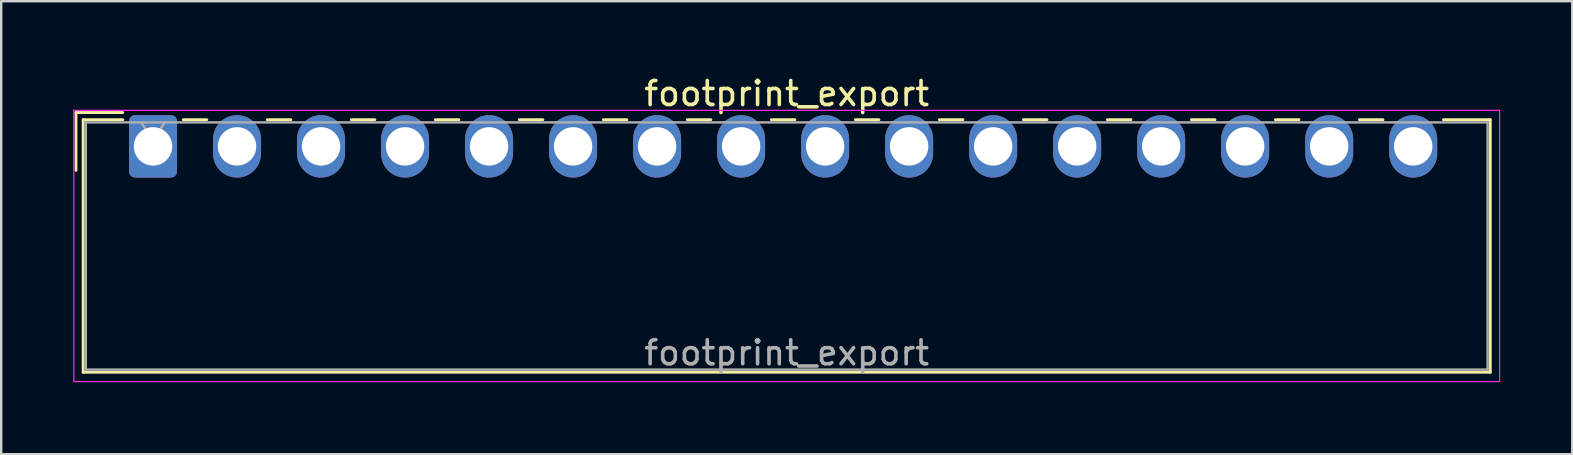
<source format=kicad_pcb>
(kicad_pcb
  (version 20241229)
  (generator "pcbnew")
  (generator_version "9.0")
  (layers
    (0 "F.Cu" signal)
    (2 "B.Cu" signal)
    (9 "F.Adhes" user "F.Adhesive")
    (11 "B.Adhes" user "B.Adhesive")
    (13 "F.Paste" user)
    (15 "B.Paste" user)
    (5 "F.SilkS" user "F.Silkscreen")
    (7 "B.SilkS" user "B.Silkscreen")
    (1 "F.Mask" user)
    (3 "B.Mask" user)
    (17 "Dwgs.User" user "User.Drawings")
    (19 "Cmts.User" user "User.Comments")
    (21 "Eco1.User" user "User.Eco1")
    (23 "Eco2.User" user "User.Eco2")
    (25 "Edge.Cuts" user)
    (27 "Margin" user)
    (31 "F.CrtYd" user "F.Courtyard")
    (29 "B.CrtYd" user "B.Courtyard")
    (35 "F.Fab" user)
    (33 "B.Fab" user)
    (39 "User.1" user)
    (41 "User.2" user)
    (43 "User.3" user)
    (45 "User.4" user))
  (footprint "footprint_export"
    (layer "F.Cu")
    (at 3.325 3.048)
    (property "Reference" "footprint_export" (at 26.4 -2.2 0) (layer "F.SilkS") (effects (font (size 1 1) (thickness 0.15))))
    (attr through_hole)
    (fp_line (start -3.21 -1.41) (end -1.26 -1.41) (stroke (width 0.12) (type solid)) (layer "F.SilkS"))
    (fp_line (start -3.21 1) (end -3.21 -1.41) (stroke (width 0.12) (type solid)) (layer "F.SilkS"))
    (fp_line (start -2.91 -1.11) (end -2.91 9.41) (stroke (width 0.12) (type solid)) (layer "F.SilkS"))
    (fp_line (start -2.91 9.41) (end 55.71 9.41) (stroke (width 0.12) (type solid)) (layer "F.SilkS"))
    (fp_line (start -1.26 -1.11) (end -2.91 -1.11) (stroke (width 0.12) (type solid)) (layer "F.SilkS"))
    (fp_line (start 1.26 -1.11) (end 2.24 -1.11) (stroke (width 0.12) (type solid)) (layer "F.SilkS"))
    (fp_line (start 4.76 -1.11) (end 5.74 -1.11) (stroke (width 0.12) (type solid)) (layer "F.SilkS"))
    (fp_line (start 8.26 -1.11) (end 9.24 -1.11) (stroke (width 0.12) (type solid)) (layer "F.SilkS"))
    (fp_line (start 11.76 -1.11) (end 12.74 -1.11) (stroke (width 0.12) (type solid)) (layer "F.SilkS"))
    (fp_line (start 15.26 -1.11) (end 16.24 -1.11) (stroke (width 0.12) (type solid)) (layer "F.SilkS"))
    (fp_line (start 18.76 -1.11) (end 19.74 -1.11) (stroke (width 0.12) (type solid)) (layer "F.SilkS"))
    (fp_line (start 22.26 -1.11) (end 23.24 -1.11) (stroke (width 0.12) (type solid)) (layer "F.SilkS"))
    (fp_line (start 25.76 -1.11) (end 26.74 -1.11) (stroke (width 0.12) (type solid)) (layer "F.SilkS"))
    (fp_line (start 29.26 -1.11) (end 30.24 -1.11) (stroke (width 0.12) (type solid)) (layer "F.SilkS"))
    (fp_line (start 32.76 -1.11) (end 33.74 -1.11) (stroke (width 0.12) (type solid)) (layer "F.SilkS"))
    (fp_line (start 36.26 -1.11) (end 37.24 -1.11) (stroke (width 0.12) (type solid)) (layer "F.SilkS"))
    (fp_line (start 39.76 -1.11) (end 40.74 -1.11) (stroke (width 0.12) (type solid)) (layer "F.SilkS"))
    (fp_line (start 43.26 -1.11) (end 44.24 -1.11) (stroke (width 0.12) (type solid)) (layer "F.SilkS"))
    (fp_line (start 46.76 -1.11) (end 47.74 -1.11) (stroke (width 0.12) (type solid)) (layer "F.SilkS"))
    (fp_line (start 50.26 -1.11) (end 51.24 -1.11) (stroke (width 0.12) (type solid)) (layer "F.SilkS"))
    (fp_line (start 55.71 -1.11) (end 53.76 -1.11) (stroke (width 0.12) (type solid)) (layer "F.SilkS"))
    (fp_line (start 55.71 9.41) (end 55.71 -1.11) (stroke (width 0.12) (type solid)) (layer "F.SilkS"))
    (fp_line (start -3.3 -1.5) (end -3.3 9.8) (stroke (width 0.05) (type solid)) (layer "F.CrtYd"))
    (fp_line (start -3.3 9.8) (end 56.1 9.8) (stroke (width 0.05) (type solid)) (layer "F.CrtYd"))
    (fp_line (start 56.1 -1.5) (end -3.3 -1.5) (stroke (width 0.05) (type solid)) (layer "F.CrtYd"))
    (fp_line (start 56.1 9.8) (end 56.1 -1.5) (stroke (width 0.05) (type solid)) (layer "F.CrtYd"))
    (fp_line (start -2.8 -1) (end -2.8 9.3) (stroke (width 0.1) (type solid)) (layer "F.Fab"))
    (fp_line (start -2.8 9.3) (end 55.6 9.3) (stroke (width 0.1) (type solid)) (layer "F.Fab"))
    (fp_line (start -0.5 -1) (end 0 -0.293) (stroke (width 0.1) (type solid)) (layer "F.Fab"))
    (fp_line (start 0 -0.293) (end 0.5 -1) (stroke (width 0.1) (type solid)) (layer "F.Fab"))
    (fp_line (start 55.6 -1) (end -2.8 -1) (stroke (width 0.1) (type solid)) (layer "F.Fab"))
    (fp_line (start 55.6 9.3) (end 55.6 -1) (stroke (width 0.1) (type solid)) (layer "F.Fab"))
    (fp_text user "${REFERENCE}" (at 26.4 8.6 0) (layer "F.Fab") (effects (font (size 1 1) (thickness 0.15))))
    (pad "1" thru_hole roundrect (at 0 0) (size 2 2.6) (drill 1.6) (layers "*.Cu" "*.Mask") (roundrect_rratio 0.125))
    (pad "2" thru_hole oval (at 3.5 0) (size 2 2.6) (drill 1.6) (layers "*.Cu" "*.Mask"))
    (pad "3" thru_hole oval (at 7 0) (size 2 2.6) (drill 1.6) (layers "*.Cu" "*.Mask"))
    (pad "4" thru_hole oval (at 10.5 0) (size 2 2.6) (drill 1.6) (layers "*.Cu" "*.Mask"))
    (pad "5" thru_hole oval (at 14 0) (size 2 2.6) (drill 1.6) (layers "*.Cu" "*.Mask"))
    (pad "6" thru_hole oval (at 17.5 0) (size 2 2.6) (drill 1.6) (layers "*.Cu" "*.Mask"))
    (pad "7" thru_hole oval (at 21 0) (size 2 2.6) (drill 1.6) (layers "*.Cu" "*.Mask"))
    (pad "8" thru_hole oval (at 24.5 0) (size 2 2.6) (drill 1.6) (layers "*.Cu" "*.Mask"))
    (pad "9" thru_hole oval (at 28 0) (size 2 2.6) (drill 1.6) (layers "*.Cu" "*.Mask"))
    (pad "10" thru_hole oval (at 31.5 0) (size 2 2.6) (drill 1.6) (layers "*.Cu" "*.Mask"))
    (pad "11" thru_hole oval (at 35 0) (size 2 2.6) (drill 1.6) (layers "*.Cu" "*.Mask"))
    (pad "12" thru_hole oval (at 38.5 0) (size 2 2.6) (drill 1.6) (layers "*.Cu" "*.Mask"))
    (pad "13" thru_hole oval (at 42 0) (size 2 2.6) (drill 1.6) (layers "*.Cu" "*.Mask"))
    (pad "14" thru_hole oval (at 45.5 0) (size 2 2.6) (drill 1.6) (layers "*.Cu" "*.Mask"))
    (pad "15" thru_hole oval (at 49 0) (size 2 2.6) (drill 1.6) (layers "*.Cu" "*.Mask"))
    (pad "16" thru_hole oval (at 52.5 0) (size 2 2.6) (drill 1.6) (layers "*.Cu" "*.Mask")))
  (gr_rect
    (start -3 -3)
    (end 62.45 15.873)
    (stroke (width 0.1) (type default))
    (fill no)
    (layer "Edge.Cuts")))
</source>
